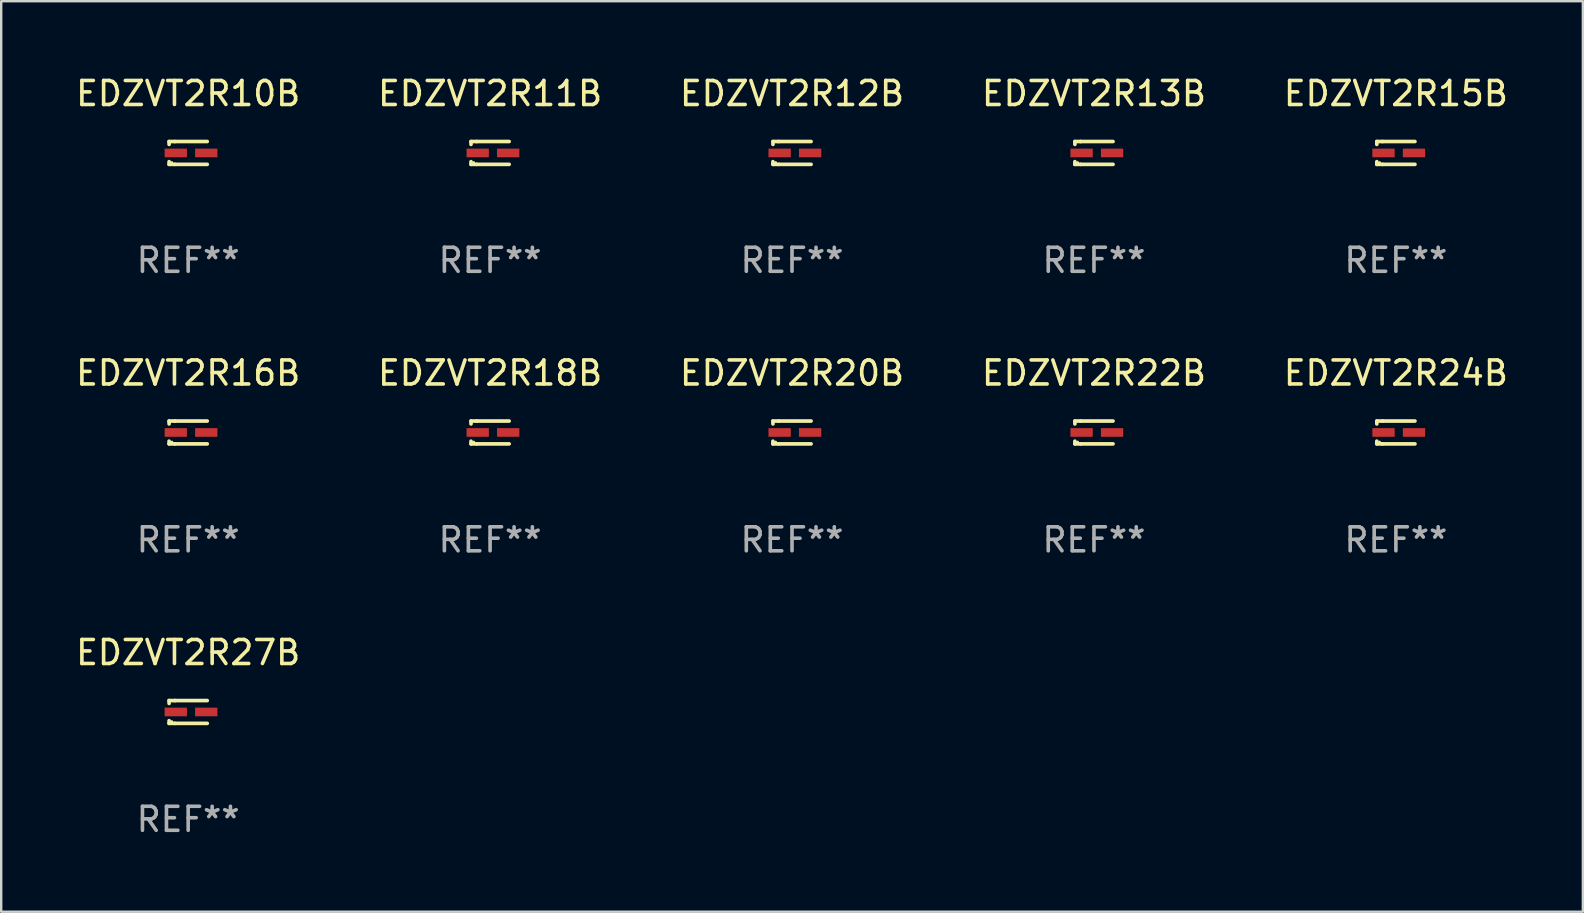
<source format=kicad_pcb>
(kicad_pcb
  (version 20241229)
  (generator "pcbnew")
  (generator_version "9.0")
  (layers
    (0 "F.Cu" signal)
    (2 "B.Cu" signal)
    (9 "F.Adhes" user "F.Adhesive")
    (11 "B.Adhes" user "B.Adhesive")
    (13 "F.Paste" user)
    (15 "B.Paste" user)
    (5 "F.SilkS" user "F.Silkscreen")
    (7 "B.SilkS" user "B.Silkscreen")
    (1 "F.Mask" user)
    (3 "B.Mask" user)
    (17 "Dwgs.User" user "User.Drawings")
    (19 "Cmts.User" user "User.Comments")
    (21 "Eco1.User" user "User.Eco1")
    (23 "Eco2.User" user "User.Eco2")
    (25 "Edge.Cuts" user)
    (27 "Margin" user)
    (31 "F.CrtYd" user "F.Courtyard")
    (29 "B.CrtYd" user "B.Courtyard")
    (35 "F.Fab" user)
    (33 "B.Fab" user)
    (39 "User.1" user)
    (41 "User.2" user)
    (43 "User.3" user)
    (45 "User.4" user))
  (footprint "EDZVT2R27B"
    (layer "F.Cu")
    (at 4.792 26.622)
    (property "Reference" "EDZVT2R27B" (at 0 -2.476 0) (layer "F.SilkS") (effects (font (size 1 1) (thickness 0.15))))
    (attr through_hole)
    (fp_line (start -0.795 -0.476) (end -0.795 -0.356) (stroke (width 0.152) (type solid)) (layer "F.SilkS"))
    (fp_line (start -0.795 0.363) (end -0.795 0.476) (stroke (width 0.152) (type solid)) (layer "F.SilkS"))
    (fp_line (start -0.795 0.476) (end -0.557 0.476) (stroke (width 0.152) (type solid)) (layer "F.SilkS"))
    (fp_line (start -0.557 -0.476) (end -0.795 -0.476) (stroke (width 0.152) (type solid)) (layer "F.SilkS"))
    (fp_line (start -0.557 -0.476) (end 0.795 -0.476) (stroke (width 0.152) (type solid)) (layer "F.SilkS"))
    (fp_line (start -0.557 0.476) (end 0.795 0.476) (stroke (width 0.152) (type solid)) (layer "F.SilkS"))
    (fp_circle (center -0.681 0.4) (end -0.651 0.4) (stroke (width 0.06) (type solid)) (fill no) (layer "F.SilkS"))
    (fp_text user "REF**" (at 0 4.476 0) (layer "F.Fab") (effects (font (size 1 1) (thickness 0.15))))
    (pad "1" smd rect (at -0.516 0 180) (size 0.93 0.36) (layers "F.Cu" "F.Mask" "F.Paste"))
    (pad "2" smd rect (at 0.754 0 180) (size 0.93 0.36) (layers "F.Cu" "F.Mask" "F.Paste")))
  (footprint "EDZVT2R12B"
    (layer "F.Cu")
    (at 29.958 3.324)
    (property "Reference" "EDZVT2R12B" (at 0 -2.476 0) (layer "F.SilkS") (effects (font (size 1 1) (thickness 0.15))))
    (attr through_hole)
    (fp_line (start -0.795 -0.476) (end -0.795 -0.356) (stroke (width 0.152) (type solid)) (layer "F.SilkS"))
    (fp_line (start -0.795 0.363) (end -0.795 0.476) (stroke (width 0.152) (type solid)) (layer "F.SilkS"))
    (fp_line (start -0.795 0.476) (end -0.557 0.476) (stroke (width 0.152) (type solid)) (layer "F.SilkS"))
    (fp_line (start -0.557 -0.476) (end -0.795 -0.476) (stroke (width 0.152) (type solid)) (layer "F.SilkS"))
    (fp_line (start -0.557 -0.476) (end 0.795 -0.476) (stroke (width 0.152) (type solid)) (layer "F.SilkS"))
    (fp_line (start -0.557 0.476) (end 0.795 0.476) (stroke (width 0.152) (type solid)) (layer "F.SilkS"))
    (fp_circle (center -0.681 0.4) (end -0.651 0.4) (stroke (width 0.06) (type solid)) (fill no) (layer "F.SilkS"))
    (fp_text user "REF**" (at 0 4.476 0) (layer "F.Fab") (effects (font (size 1 1) (thickness 0.15))))
    (pad "1" smd rect (at -0.516 0 180) (size 0.93 0.36) (layers "F.Cu" "F.Mask" "F.Paste"))
    (pad "2" smd rect (at 0.754 0 180) (size 0.93 0.36) (layers "F.Cu" "F.Mask" "F.Paste")))
  (footprint "EDZVT2R20B"
    (layer "F.Cu")
    (at 29.958 14.973)
    (property "Reference" "EDZVT2R20B" (at 0 -2.476 0) (layer "F.SilkS") (effects (font (size 1 1) (thickness 0.15))))
    (attr through_hole)
    (fp_line (start -0.795 -0.476) (end -0.795 -0.356) (stroke (width 0.152) (type solid)) (layer "F.SilkS"))
    (fp_line (start -0.795 0.363) (end -0.795 0.476) (stroke (width 0.152) (type solid)) (layer "F.SilkS"))
    (fp_line (start -0.795 0.476) (end -0.557 0.476) (stroke (width 0.152) (type solid)) (layer "F.SilkS"))
    (fp_line (start -0.557 -0.476) (end -0.795 -0.476) (stroke (width 0.152) (type solid)) (layer "F.SilkS"))
    (fp_line (start -0.557 -0.476) (end 0.795 -0.476) (stroke (width 0.152) (type solid)) (layer "F.SilkS"))
    (fp_line (start -0.557 0.476) (end 0.795 0.476) (stroke (width 0.152) (type solid)) (layer "F.SilkS"))
    (fp_circle (center -0.681 0.4) (end -0.651 0.4) (stroke (width 0.06) (type solid)) (fill no) (layer "F.SilkS"))
    (fp_text user "REF**" (at 0 4.476 0) (layer "F.Fab") (effects (font (size 1 1) (thickness 0.15))))
    (pad "1" smd rect (at -0.516 0 180) (size 0.93 0.36) (layers "F.Cu" "F.Mask" "F.Paste"))
    (pad "2" smd rect (at 0.754 0 180) (size 0.93 0.36) (layers "F.Cu" "F.Mask" "F.Paste")))
  (footprint "EDZVT2R18B"
    (layer "F.Cu")
    (at 17.375 14.973)
    (property "Reference" "EDZVT2R18B" (at 0 -2.476 0) (layer "F.SilkS") (effects (font (size 1 1) (thickness 0.15))))
    (attr through_hole)
    (fp_line (start -0.795 -0.476) (end -0.795 -0.356) (stroke (width 0.152) (type solid)) (layer "F.SilkS"))
    (fp_line (start -0.795 0.363) (end -0.795 0.476) (stroke (width 0.152) (type solid)) (layer "F.SilkS"))
    (fp_line (start -0.795 0.476) (end -0.557 0.476) (stroke (width 0.152) (type solid)) (layer "F.SilkS"))
    (fp_line (start -0.557 -0.476) (end -0.795 -0.476) (stroke (width 0.152) (type solid)) (layer "F.SilkS"))
    (fp_line (start -0.557 -0.476) (end 0.795 -0.476) (stroke (width 0.152) (type solid)) (layer "F.SilkS"))
    (fp_line (start -0.557 0.476) (end 0.795 0.476) (stroke (width 0.152) (type solid)) (layer "F.SilkS"))
    (fp_circle (center -0.681 0.4) (end -0.651 0.4) (stroke (width 0.06) (type solid)) (fill no) (layer "F.SilkS"))
    (fp_text user "REF**" (at 0 4.476 0) (layer "F.Fab") (effects (font (size 1 1) (thickness 0.15))))
    (pad "1" smd rect (at -0.516 0 180) (size 0.93 0.36) (layers "F.Cu" "F.Mask" "F.Paste"))
    (pad "2" smd rect (at 0.754 0 180) (size 0.93 0.36) (layers "F.Cu" "F.Mask" "F.Paste")))
  (footprint "EDZVT2R24B"
    (layer "F.Cu")
    (at 55.125 14.973)
    (property "Reference" "EDZVT2R24B" (at 0 -2.476 0) (layer "F.SilkS") (effects (font (size 1 1) (thickness 0.15))))
    (attr through_hole)
    (fp_line (start -0.795 -0.476) (end -0.795 -0.356) (stroke (width 0.152) (type solid)) (layer "F.SilkS"))
    (fp_line (start -0.795 0.363) (end -0.795 0.476) (stroke (width 0.152) (type solid)) (layer "F.SilkS"))
    (fp_line (start -0.795 0.476) (end -0.557 0.476) (stroke (width 0.152) (type solid)) (layer "F.SilkS"))
    (fp_line (start -0.557 -0.476) (end -0.795 -0.476) (stroke (width 0.152) (type solid)) (layer "F.SilkS"))
    (fp_line (start -0.557 -0.476) (end 0.795 -0.476) (stroke (width 0.152) (type solid)) (layer "F.SilkS"))
    (fp_line (start -0.557 0.476) (end 0.795 0.476) (stroke (width 0.152) (type solid)) (layer "F.SilkS"))
    (fp_circle (center -0.681 0.4) (end -0.651 0.4) (stroke (width 0.06) (type solid)) (fill no) (layer "F.SilkS"))
    (fp_text user "REF**" (at 0 4.476 0) (layer "F.Fab") (effects (font (size 1 1) (thickness 0.15))))
    (pad "1" smd rect (at -0.516 0 180) (size 0.93 0.36) (layers "F.Cu" "F.Mask" "F.Paste"))
    (pad "2" smd rect (at 0.754 0 180) (size 0.93 0.36) (layers "F.Cu" "F.Mask" "F.Paste")))
  (footprint "EDZVT2R11B"
    (layer "F.Cu")
    (at 17.375 3.324)
    (property "Reference" "EDZVT2R11B" (at 0 -2.476 0) (layer "F.SilkS") (effects (font (size 1 1) (thickness 0.15))))
    (attr through_hole)
    (fp_line (start -0.795 -0.476) (end -0.795 -0.356) (stroke (width 0.152) (type solid)) (layer "F.SilkS"))
    (fp_line (start -0.795 0.363) (end -0.795 0.476) (stroke (width 0.152) (type solid)) (layer "F.SilkS"))
    (fp_line (start -0.795 0.476) (end -0.557 0.476) (stroke (width 0.152) (type solid)) (layer "F.SilkS"))
    (fp_line (start -0.557 -0.476) (end -0.795 -0.476) (stroke (width 0.152) (type solid)) (layer "F.SilkS"))
    (fp_line (start -0.557 -0.476) (end 0.795 -0.476) (stroke (width 0.152) (type solid)) (layer "F.SilkS"))
    (fp_line (start -0.557 0.476) (end 0.795 0.476) (stroke (width 0.152) (type solid)) (layer "F.SilkS"))
    (fp_circle (center -0.681 0.4) (end -0.651 0.4) (stroke (width 0.06) (type solid)) (fill no) (layer "F.SilkS"))
    (fp_text user "REF**" (at 0 4.476 0) (layer "F.Fab") (effects (font (size 1 1) (thickness 0.15))))
    (pad "1" smd rect (at -0.516 0 180) (size 0.93 0.36) (layers "F.Cu" "F.Mask" "F.Paste"))
    (pad "2" smd rect (at 0.754 0 180) (size 0.93 0.36) (layers "F.Cu" "F.Mask" "F.Paste")))
  (footprint "EDZVT2R15B"
    (layer "F.Cu")
    (at 55.125 3.324)
    (property "Reference" "EDZVT2R15B" (at 0 -2.476 0) (layer "F.SilkS") (effects (font (size 1 1) (thickness 0.15))))
    (attr through_hole)
    (fp_line (start -0.795 -0.476) (end -0.795 -0.356) (stroke (width 0.152) (type solid)) (layer "F.SilkS"))
    (fp_line (start -0.795 0.363) (end -0.795 0.476) (stroke (width 0.152) (type solid)) (layer "F.SilkS"))
    (fp_line (start -0.795 0.476) (end -0.557 0.476) (stroke (width 0.152) (type solid)) (layer "F.SilkS"))
    (fp_line (start -0.557 -0.476) (end -0.795 -0.476) (stroke (width 0.152) (type solid)) (layer "F.SilkS"))
    (fp_line (start -0.557 -0.476) (end 0.795 -0.476) (stroke (width 0.152) (type solid)) (layer "F.SilkS"))
    (fp_line (start -0.557 0.476) (end 0.795 0.476) (stroke (width 0.152) (type solid)) (layer "F.SilkS"))
    (fp_circle (center -0.681 0.4) (end -0.651 0.4) (stroke (width 0.06) (type solid)) (fill no) (layer "F.SilkS"))
    (fp_text user "REF**" (at 0 4.476 0) (layer "F.Fab") (effects (font (size 1 1) (thickness 0.15))))
    (pad "1" smd rect (at -0.516 0 180) (size 0.93 0.36) (layers "F.Cu" "F.Mask" "F.Paste"))
    (pad "2" smd rect (at 0.754 0 180) (size 0.93 0.36) (layers "F.Cu" "F.Mask" "F.Paste")))
  (footprint "EDZVT2R22B"
    (layer "F.Cu")
    (at 42.542 14.973)
    (property "Reference" "EDZVT2R22B" (at 0 -2.476 0) (layer "F.SilkS") (effects (font (size 1 1) (thickness 0.15))))
    (attr through_hole)
    (fp_line (start -0.795 -0.476) (end -0.795 -0.356) (stroke (width 0.152) (type solid)) (layer "F.SilkS"))
    (fp_line (start -0.795 0.363) (end -0.795 0.476) (stroke (width 0.152) (type solid)) (layer "F.SilkS"))
    (fp_line (start -0.795 0.476) (end -0.557 0.476) (stroke (width 0.152) (type solid)) (layer "F.SilkS"))
    (fp_line (start -0.557 -0.476) (end -0.795 -0.476) (stroke (width 0.152) (type solid)) (layer "F.SilkS"))
    (fp_line (start -0.557 -0.476) (end 0.795 -0.476) (stroke (width 0.152) (type solid)) (layer "F.SilkS"))
    (fp_line (start -0.557 0.476) (end 0.795 0.476) (stroke (width 0.152) (type solid)) (layer "F.SilkS"))
    (fp_circle (center -0.681 0.4) (end -0.651 0.4) (stroke (width 0.06) (type solid)) (fill no) (layer "F.SilkS"))
    (fp_text user "REF**" (at 0 4.476 0) (layer "F.Fab") (effects (font (size 1 1) (thickness 0.15))))
    (pad "1" smd rect (at -0.516 0 180) (size 0.93 0.36) (layers "F.Cu" "F.Mask" "F.Paste"))
    (pad "2" smd rect (at 0.754 0 180) (size 0.93 0.36) (layers "F.Cu" "F.Mask" "F.Paste")))
  (footprint "EDZVT2R16B"
    (layer "F.Cu")
    (at 4.792 14.973)
    (property "Reference" "EDZVT2R16B" (at 0 -2.476 0) (layer "F.SilkS") (effects (font (size 1 1) (thickness 0.15))))
    (attr through_hole)
    (fp_line (start -0.795 -0.476) (end -0.795 -0.356) (stroke (width 0.152) (type solid)) (layer "F.SilkS"))
    (fp_line (start -0.795 0.363) (end -0.795 0.476) (stroke (width 0.152) (type solid)) (layer "F.SilkS"))
    (fp_line (start -0.795 0.476) (end -0.557 0.476) (stroke (width 0.152) (type solid)) (layer "F.SilkS"))
    (fp_line (start -0.557 -0.476) (end -0.795 -0.476) (stroke (width 0.152) (type solid)) (layer "F.SilkS"))
    (fp_line (start -0.557 -0.476) (end 0.795 -0.476) (stroke (width 0.152) (type solid)) (layer "F.SilkS"))
    (fp_line (start -0.557 0.476) (end 0.795 0.476) (stroke (width 0.152) (type solid)) (layer "F.SilkS"))
    (fp_circle (center -0.681 0.4) (end -0.651 0.4) (stroke (width 0.06) (type solid)) (fill no) (layer "F.SilkS"))
    (fp_text user "REF**" (at 0 4.476 0) (layer "F.Fab") (effects (font (size 1 1) (thickness 0.15))))
    (pad "1" smd rect (at -0.516 0 180) (size 0.93 0.36) (layers "F.Cu" "F.Mask" "F.Paste"))
    (pad "2" smd rect (at 0.754 0 180) (size 0.93 0.36) (layers "F.Cu" "F.Mask" "F.Paste")))
  (footprint "EDZVT2R13B"
    (layer "F.Cu")
    (at 42.542 3.324)
    (property "Reference" "EDZVT2R13B" (at 0 -2.476 0) (layer "F.SilkS") (effects (font (size 1 1) (thickness 0.15))))
    (attr through_hole)
    (fp_line (start -0.795 -0.476) (end -0.795 -0.356) (stroke (width 0.152) (type solid)) (layer "F.SilkS"))
    (fp_line (start -0.795 0.363) (end -0.795 0.476) (stroke (width 0.152) (type solid)) (layer "F.SilkS"))
    (fp_line (start -0.795 0.476) (end -0.557 0.476) (stroke (width 0.152) (type solid)) (layer "F.SilkS"))
    (fp_line (start -0.557 -0.476) (end -0.795 -0.476) (stroke (width 0.152) (type solid)) (layer "F.SilkS"))
    (fp_line (start -0.557 -0.476) (end 0.795 -0.476) (stroke (width 0.152) (type solid)) (layer "F.SilkS"))
    (fp_line (start -0.557 0.476) (end 0.795 0.476) (stroke (width 0.152) (type solid)) (layer "F.SilkS"))
    (fp_circle (center -0.681 0.4) (end -0.651 0.4) (stroke (width 0.06) (type solid)) (fill no) (layer "F.SilkS"))
    (fp_text user "REF**" (at 0 4.476 0) (layer "F.Fab") (effects (font (size 1 1) (thickness 0.15))))
    (pad "1" smd rect (at -0.516 0 180) (size 0.93 0.36) (layers "F.Cu" "F.Mask" "F.Paste"))
    (pad "2" smd rect (at 0.754 0 180) (size 0.93 0.36) (layers "F.Cu" "F.Mask" "F.Paste")))
  (footprint "EDZVT2R10B"
    (layer "F.Cu")
    (at 4.792 3.324)
    (property "Reference" "EDZVT2R10B" (at 0 -2.476 0) (layer "F.SilkS") (effects (font (size 1 1) (thickness 0.15))))
    (attr through_hole)
    (fp_line (start -0.795 -0.476) (end -0.795 -0.356) (stroke (width 0.152) (type solid)) (layer "F.SilkS"))
    (fp_line (start -0.795 0.363) (end -0.795 0.476) (stroke (width 0.152) (type solid)) (layer "F.SilkS"))
    (fp_line (start -0.795 0.476) (end -0.557 0.476) (stroke (width 0.152) (type solid)) (layer "F.SilkS"))
    (fp_line (start -0.557 -0.476) (end -0.795 -0.476) (stroke (width 0.152) (type solid)) (layer "F.SilkS"))
    (fp_line (start -0.557 -0.476) (end 0.795 -0.476) (stroke (width 0.152) (type solid)) (layer "F.SilkS"))
    (fp_line (start -0.557 0.476) (end 0.795 0.476) (stroke (width 0.152) (type solid)) (layer "F.SilkS"))
    (fp_circle (center -0.681 0.4) (end -0.651 0.4) (stroke (width 0.06) (type solid)) (fill no) (layer "F.SilkS"))
    (fp_text user "REF**" (at 0 4.476 0) (layer "F.Fab") (effects (font (size 1 1) (thickness 0.15))))
    (pad "1" smd rect (at -0.516 0 180) (size 0.93 0.36) (layers "F.Cu" "F.Mask" "F.Paste"))
    (pad "2" smd rect (at 0.754 0 180) (size 0.93 0.36) (layers "F.Cu" "F.Mask" "F.Paste")))
  (gr_rect
    (start -3 -3)
    (end 62.917 34.947)
    (stroke (width 0.1) (type default))
    (fill no)
    (layer "Edge.Cuts")))
</source>
